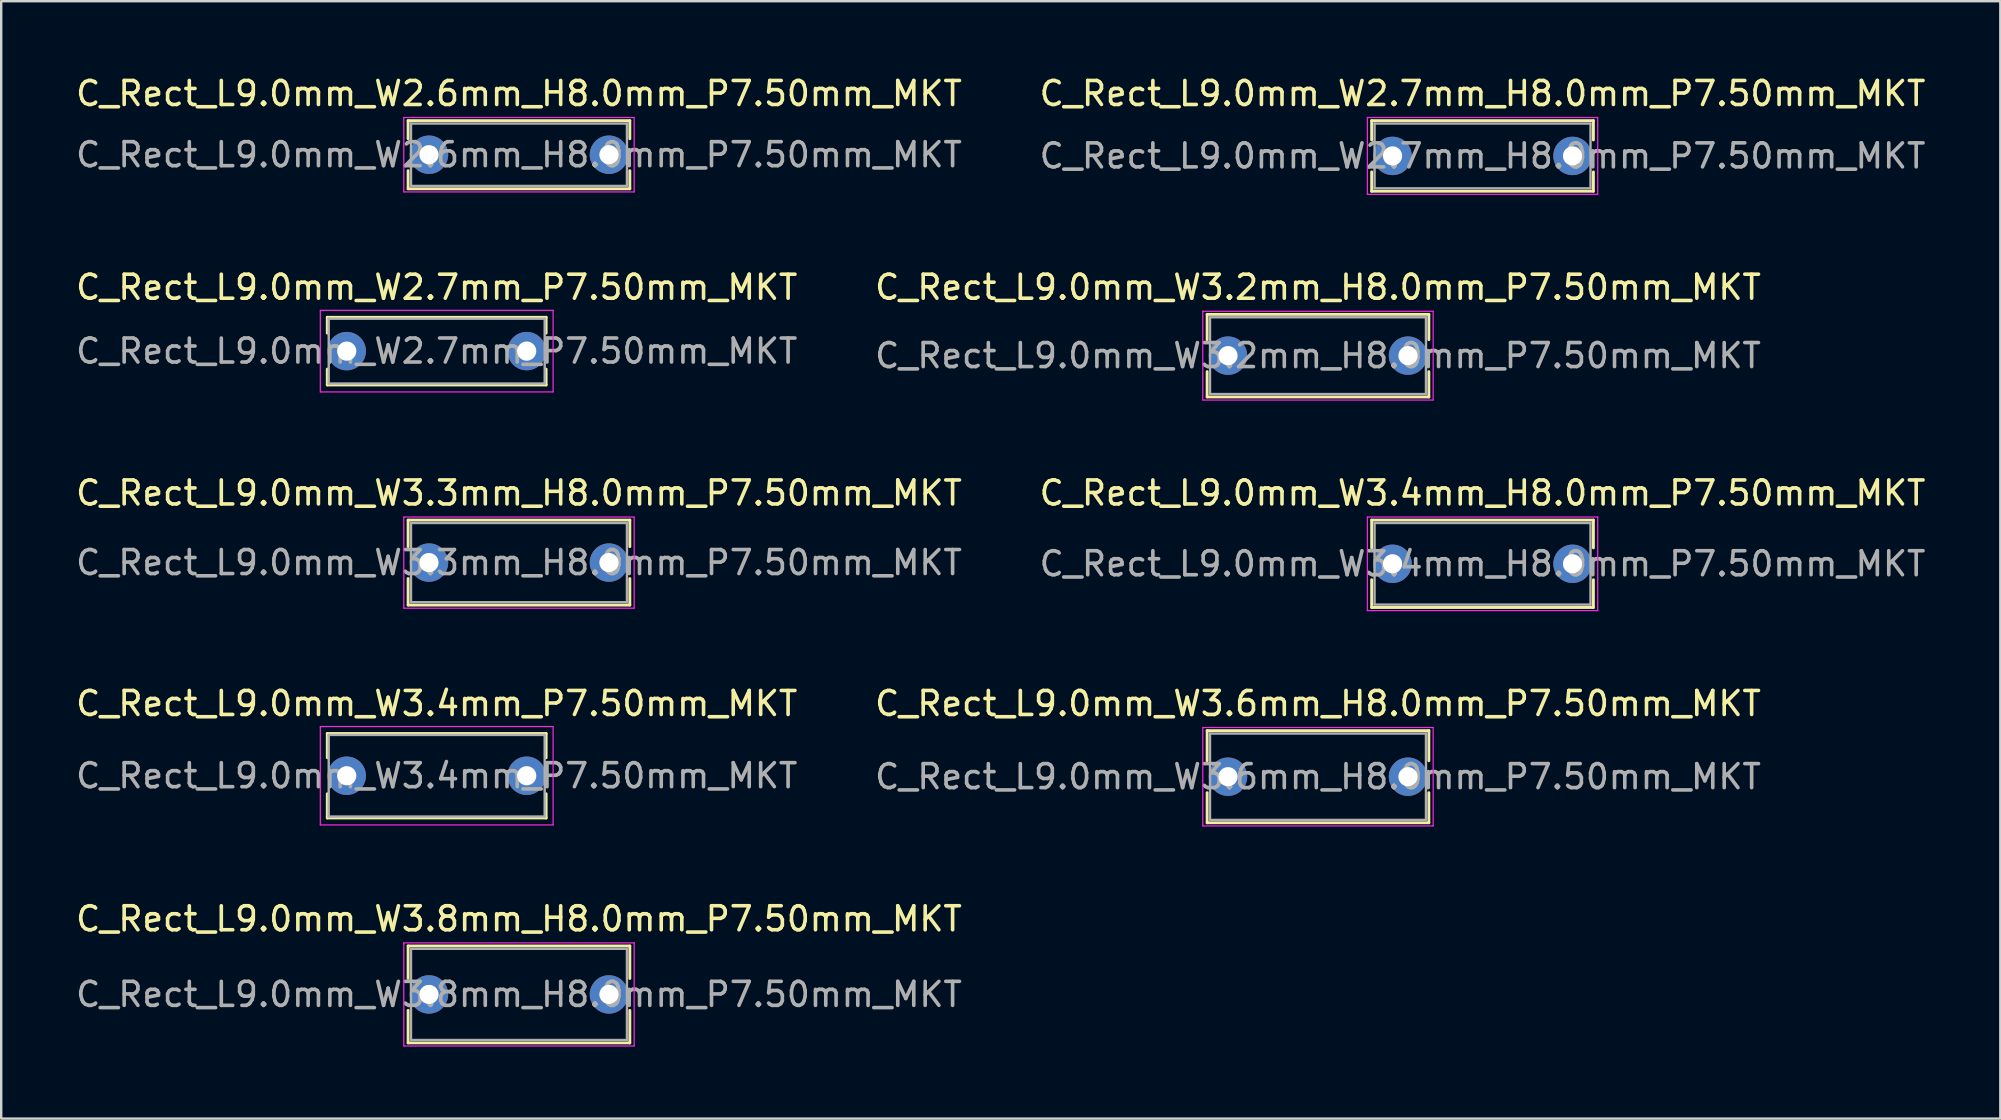
<source format=kicad_pcb>
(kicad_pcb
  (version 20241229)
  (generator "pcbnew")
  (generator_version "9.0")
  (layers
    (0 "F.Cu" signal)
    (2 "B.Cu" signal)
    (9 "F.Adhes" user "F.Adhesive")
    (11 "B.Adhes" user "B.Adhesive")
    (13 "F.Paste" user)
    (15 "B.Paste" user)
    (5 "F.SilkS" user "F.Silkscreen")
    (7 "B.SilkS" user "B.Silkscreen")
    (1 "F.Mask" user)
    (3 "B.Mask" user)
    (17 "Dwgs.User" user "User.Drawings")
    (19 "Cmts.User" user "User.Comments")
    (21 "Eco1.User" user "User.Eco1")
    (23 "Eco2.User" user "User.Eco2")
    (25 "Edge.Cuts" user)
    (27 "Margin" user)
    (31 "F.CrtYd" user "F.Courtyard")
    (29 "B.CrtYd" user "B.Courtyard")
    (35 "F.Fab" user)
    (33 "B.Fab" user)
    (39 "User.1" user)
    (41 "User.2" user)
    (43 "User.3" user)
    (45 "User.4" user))
  (footprint "C_Rect_L9.0mm_W3.6mm_H8.0mm_P7.50mm_MKT"
    (layer "F.Cu")
    (at 48.125 29.318)
    (property "Reference" "C_Rect_L9.0mm_W3.6mm_H8.0mm_P7.50mm_MKT" (at 3.75 -3.05 0) (layer "F.SilkS") (effects (font (size 1 1) (thickness 0.15))))
    (attr through_hole)
    (fp_line (start -0.87 -1.92) (end -0.87 -0.665) (stroke (width 0.12) (type solid)) (layer "F.SilkS"))
    (fp_line (start -0.87 -1.92) (end 8.37 -1.92) (stroke (width 0.12) (type solid)) (layer "F.SilkS"))
    (fp_line (start -0.87 0.665) (end -0.87 1.92) (stroke (width 0.12) (type solid)) (layer "F.SilkS"))
    (fp_line (start -0.87 1.92) (end 8.37 1.92) (stroke (width 0.12) (type solid)) (layer "F.SilkS"))
    (fp_line (start 8.37 -1.92) (end 8.37 -0.665) (stroke (width 0.12) (type solid)) (layer "F.SilkS"))
    (fp_line (start 8.37 0.665) (end 8.37 1.92) (stroke (width 0.12) (type solid)) (layer "F.SilkS"))
    (fp_line (start -1.05 -2.05) (end -1.05 2.05) (stroke (width 0.05) (type solid)) (layer "F.CrtYd"))
    (fp_line (start -1.05 2.05) (end 8.55 2.05) (stroke (width 0.05) (type solid)) (layer "F.CrtYd"))
    (fp_line (start 8.55 -2.05) (end -1.05 -2.05) (stroke (width 0.05) (type solid)) (layer "F.CrtYd"))
    (fp_line (start 8.55 2.05) (end 8.55 -2.05) (stroke (width 0.05) (type solid)) (layer "F.CrtYd"))
    (fp_line (start -0.75 -1.8) (end -0.75 1.8) (stroke (width 0.1) (type solid)) (layer "F.Fab"))
    (fp_line (start -0.75 1.8) (end 8.25 1.8) (stroke (width 0.1) (type solid)) (layer "F.Fab"))
    (fp_line (start 8.25 -1.8) (end -0.75 -1.8) (stroke (width 0.1) (type solid)) (layer "F.Fab"))
    (fp_line (start 8.25 1.8) (end 8.25 -1.8) (stroke (width 0.1) (type solid)) (layer "F.Fab"))
    (fp_text user "${REFERENCE}" (at 3.75 0 0) (layer "F.Fab") (effects (font (size 1 1) (thickness 0.15))))
    (pad "1" thru_hole circle (at 0 0) (size 1.6 1.6) (drill 0.8) (layers "*.Cu" "*.Mask"))
    (pad "2" thru_hole circle (at 7.5 0) (size 1.6 1.6) (drill 0.8) (layers "*.Cu" "*.Mask")))
  (footprint "C_Rect_L9.0mm_W3.3mm_H8.0mm_P7.50mm_MKT"
    (layer "F.Cu")
    (at 14.827 20.395)
    (property "Reference" "C_Rect_L9.0mm_W3.3mm_H8.0mm_P7.50mm_MKT" (at 3.75 -2.9 0) (layer "F.SilkS") (effects (font (size 1 1) (thickness 0.15))))
    (attr through_hole)
    (fp_line (start -0.87 -1.77) (end -0.87 -0.665) (stroke (width 0.12) (type solid)) (layer "F.SilkS"))
    (fp_line (start -0.87 -1.77) (end 8.37 -1.77) (stroke (width 0.12) (type solid)) (layer "F.SilkS"))
    (fp_line (start -0.87 0.665) (end -0.87 1.77) (stroke (width 0.12) (type solid)) (layer "F.SilkS"))
    (fp_line (start -0.87 1.77) (end 8.37 1.77) (stroke (width 0.12) (type solid)) (layer "F.SilkS"))
    (fp_line (start 8.37 -1.77) (end 8.37 -0.665) (stroke (width 0.12) (type solid)) (layer "F.SilkS"))
    (fp_line (start 8.37 0.665) (end 8.37 1.77) (stroke (width 0.12) (type solid)) (layer "F.SilkS"))
    (fp_line (start -1.05 -1.9) (end -1.05 1.9) (stroke (width 0.05) (type solid)) (layer "F.CrtYd"))
    (fp_line (start -1.05 1.9) (end 8.55 1.9) (stroke (width 0.05) (type solid)) (layer "F.CrtYd"))
    (fp_line (start 8.55 -1.9) (end -1.05 -1.9) (stroke (width 0.05) (type solid)) (layer "F.CrtYd"))
    (fp_line (start 8.55 1.9) (end 8.55 -1.9) (stroke (width 0.05) (type solid)) (layer "F.CrtYd"))
    (fp_line (start -0.75 -1.65) (end -0.75 1.65) (stroke (width 0.1) (type solid)) (layer "F.Fab"))
    (fp_line (start -0.75 1.65) (end 8.25 1.65) (stroke (width 0.1) (type solid)) (layer "F.Fab"))
    (fp_line (start 8.25 -1.65) (end -0.75 -1.65) (stroke (width 0.1) (type solid)) (layer "F.Fab"))
    (fp_line (start 8.25 1.65) (end 8.25 -1.65) (stroke (width 0.1) (type solid)) (layer "F.Fab"))
    (fp_text user "${REFERENCE}" (at 3.75 0 0) (layer "F.Fab") (effects (font (size 1 1) (thickness 0.15))))
    (pad "1" thru_hole circle (at 0 0) (size 1.6 1.6) (drill 0.8) (layers "*.Cu" "*.Mask"))
    (pad "2" thru_hole circle (at 7.5 0) (size 1.6 1.6) (drill 0.8) (layers "*.Cu" "*.Mask")))
  (footprint "C_Rect_L9.0mm_W2.6mm_H8.0mm_P7.50mm_MKT"
    (layer "F.Cu")
    (at 14.827 3.398)
    (property "Reference" "C_Rect_L9.0mm_W2.6mm_H8.0mm_P7.50mm_MKT" (at 3.75 -2.55 0) (layer "F.SilkS") (effects (font (size 1 1) (thickness 0.15))))
    (attr through_hole)
    (fp_line (start -0.87 -1.42) (end -0.87 -0.665) (stroke (width 0.12) (type solid)) (layer "F.SilkS"))
    (fp_line (start -0.87 -1.42) (end 8.37 -1.42) (stroke (width 0.12) (type solid)) (layer "F.SilkS"))
    (fp_line (start -0.87 0.665) (end -0.87 1.42) (stroke (width 0.12) (type solid)) (layer "F.SilkS"))
    (fp_line (start -0.87 1.42) (end 8.37 1.42) (stroke (width 0.12) (type solid)) (layer "F.SilkS"))
    (fp_line (start 8.37 -1.42) (end 8.37 -0.665) (stroke (width 0.12) (type solid)) (layer "F.SilkS"))
    (fp_line (start 8.37 0.665) (end 8.37 1.42) (stroke (width 0.12) (type solid)) (layer "F.SilkS"))
    (fp_line (start -1.05 -1.55) (end -1.05 1.55) (stroke (width 0.05) (type solid)) (layer "F.CrtYd"))
    (fp_line (start -1.05 1.55) (end 8.55 1.55) (stroke (width 0.05) (type solid)) (layer "F.CrtYd"))
    (fp_line (start 8.55 -1.55) (end -1.05 -1.55) (stroke (width 0.05) (type solid)) (layer "F.CrtYd"))
    (fp_line (start 8.55 1.55) (end 8.55 -1.55) (stroke (width 0.05) (type solid)) (layer "F.CrtYd"))
    (fp_line (start -0.75 -1.3) (end -0.75 1.3) (stroke (width 0.1) (type solid)) (layer "F.Fab"))
    (fp_line (start -0.75 1.3) (end 8.25 1.3) (stroke (width 0.1) (type solid)) (layer "F.Fab"))
    (fp_line (start 8.25 -1.3) (end -0.75 -1.3) (stroke (width 0.1) (type solid)) (layer "F.Fab"))
    (fp_line (start 8.25 1.3) (end 8.25 -1.3) (stroke (width 0.1) (type solid)) (layer "F.Fab"))
    (fp_text user "${REFERENCE}" (at 3.75 0 0) (layer "F.Fab") (effects (font (size 1 1) (thickness 0.15))))
    (pad "1" thru_hole circle (at 0 0) (size 1.6 1.6) (drill 0.8) (layers "*.Cu" "*.Mask"))
    (pad "2" thru_hole circle (at 7.5 0) (size 1.6 1.6) (drill 0.8) (layers "*.Cu" "*.Mask")))
  (footprint "C_Rect_L9.0mm_W3.2mm_H8.0mm_P7.50mm_MKT"
    (layer "F.Cu")
    (at 48.125 11.771)
    (property "Reference" "C_Rect_L9.0mm_W3.2mm_H8.0mm_P7.50mm_MKT" (at 3.75 -2.85 0) (layer "F.SilkS") (effects (font (size 1 1) (thickness 0.15))))
    (attr through_hole)
    (fp_line (start -0.87 -1.721) (end -0.87 -0.665) (stroke (width 0.12) (type solid)) (layer "F.SilkS"))
    (fp_line (start -0.87 -1.721) (end 8.37 -1.721) (stroke (width 0.12) (type solid)) (layer "F.SilkS"))
    (fp_line (start -0.87 0.665) (end -0.87 1.721) (stroke (width 0.12) (type solid)) (layer "F.SilkS"))
    (fp_line (start -0.87 1.721) (end 8.37 1.721) (stroke (width 0.12) (type solid)) (layer "F.SilkS"))
    (fp_line (start 8.37 -1.721) (end 8.37 -0.665) (stroke (width 0.12) (type solid)) (layer "F.SilkS"))
    (fp_line (start 8.37 0.665) (end 8.37 1.721) (stroke (width 0.12) (type solid)) (layer "F.SilkS"))
    (fp_line (start -1.05 -1.85) (end -1.05 1.85) (stroke (width 0.05) (type solid)) (layer "F.CrtYd"))
    (fp_line (start -1.05 1.85) (end 8.55 1.85) (stroke (width 0.05) (type solid)) (layer "F.CrtYd"))
    (fp_line (start 8.55 -1.85) (end -1.05 -1.85) (stroke (width 0.05) (type solid)) (layer "F.CrtYd"))
    (fp_line (start 8.55 1.85) (end 8.55 -1.85) (stroke (width 0.05) (type solid)) (layer "F.CrtYd"))
    (fp_line (start -0.75 -1.6) (end -0.75 1.6) (stroke (width 0.1) (type solid)) (layer "F.Fab"))
    (fp_line (start -0.75 1.6) (end 8.25 1.6) (stroke (width 0.1) (type solid)) (layer "F.Fab"))
    (fp_line (start 8.25 -1.6) (end -0.75 -1.6) (stroke (width 0.1) (type solid)) (layer "F.Fab"))
    (fp_line (start 8.25 1.6) (end 8.25 -1.6) (stroke (width 0.1) (type solid)) (layer "F.Fab"))
    (fp_text user "${REFERENCE}" (at 3.75 0 0) (layer "F.Fab") (effects (font (size 1 1) (thickness 0.15))))
    (pad "1" thru_hole circle (at 0 0) (size 1.6 1.6) (drill 0.8) (layers "*.Cu" "*.Mask"))
    (pad "2" thru_hole circle (at 7.5 0) (size 1.6 1.6) (drill 0.8) (layers "*.Cu" "*.Mask")))
  (footprint "C_Rect_L9.0mm_W2.7mm_P7.50mm_MKT"
    (layer "F.Cu")
    (at 11.399 11.582)
    (property "Reference" "C_Rect_L9.0mm_W2.7mm_P7.50mm_MKT" (at 3.75 -2.66 0) (layer "F.SilkS") (effects (font (size 1 1) (thickness 0.15))))
    (attr through_hole)
    (fp_line (start -0.81 -1.41) (end -0.81 -0.75) (stroke (width 0.12) (type solid)) (layer "F.SilkS"))
    (fp_line (start -0.81 -1.41) (end 8.31 -1.41) (stroke (width 0.12) (type solid)) (layer "F.SilkS"))
    (fp_line (start -0.81 0.75) (end -0.81 1.41) (stroke (width 0.12) (type solid)) (layer "F.SilkS"))
    (fp_line (start -0.81 1.41) (end 8.31 1.41) (stroke (width 0.12) (type solid)) (layer "F.SilkS"))
    (fp_line (start 8.31 -1.41) (end 8.31 -0.75) (stroke (width 0.12) (type solid)) (layer "F.SilkS"))
    (fp_line (start 8.31 0.75) (end 8.31 1.41) (stroke (width 0.12) (type solid)) (layer "F.SilkS"))
    (fp_line (start -1.1 -1.7) (end -1.1 1.7) (stroke (width 0.05) (type solid)) (layer "F.CrtYd"))
    (fp_line (start -1.1 1.7) (end 8.6 1.7) (stroke (width 0.05) (type solid)) (layer "F.CrtYd"))
    (fp_line (start 8.6 -1.7) (end -1.1 -1.7) (stroke (width 0.05) (type solid)) (layer "F.CrtYd"))
    (fp_line (start 8.6 1.7) (end 8.6 -1.7) (stroke (width 0.05) (type solid)) (layer "F.CrtYd"))
    (fp_line (start -0.75 -1.35) (end -0.75 1.35) (stroke (width 0.1) (type solid)) (layer "F.Fab"))
    (fp_line (start -0.75 1.35) (end 8.25 1.35) (stroke (width 0.1) (type solid)) (layer "F.Fab"))
    (fp_line (start 8.25 -1.35) (end -0.75 -1.35) (stroke (width 0.1) (type solid)) (layer "F.Fab"))
    (fp_line (start 8.25 1.35) (end 8.25 -1.35) (stroke (width 0.1) (type solid)) (layer "F.Fab"))
    (fp_text user "${REFERENCE}" (at 3.75 0 0) (layer "F.Fab") (effects (font (size 1 1) (thickness 0.15))))
    (pad "1" thru_hole circle (at 0 0) (size 1.6 1.6) (drill 0.8) (layers "*.Cu" "*.Mask"))
    (pad "2" thru_hole circle (at 7.5 0) (size 1.6 1.6) (drill 0.8) (layers "*.Cu" "*.Mask")))
  (footprint "C_Rect_L9.0mm_W3.4mm_P7.50mm_MKT"
    (layer "F.Cu")
    (at 11.399 29.278)
    (property "Reference" "C_Rect_L9.0mm_W3.4mm_P7.50mm_MKT" (at 3.75 -3.01 0) (layer "F.SilkS") (effects (font (size 1 1) (thickness 0.15))))
    (attr through_hole)
    (fp_line (start -0.81 -1.76) (end -0.81 -0.75) (stroke (width 0.12) (type solid)) (layer "F.SilkS"))
    (fp_line (start -0.81 -1.76) (end 8.31 -1.76) (stroke (width 0.12) (type solid)) (layer "F.SilkS"))
    (fp_line (start -0.81 0.75) (end -0.81 1.76) (stroke (width 0.12) (type solid)) (layer "F.SilkS"))
    (fp_line (start -0.81 1.76) (end 8.31 1.76) (stroke (width 0.12) (type solid)) (layer "F.SilkS"))
    (fp_line (start 8.31 -1.76) (end 8.31 -0.75) (stroke (width 0.12) (type solid)) (layer "F.SilkS"))
    (fp_line (start 8.31 0.75) (end 8.31 1.76) (stroke (width 0.12) (type solid)) (layer "F.SilkS"))
    (fp_line (start -1.1 -2.05) (end -1.1 2.05) (stroke (width 0.05) (type solid)) (layer "F.CrtYd"))
    (fp_line (start -1.1 2.05) (end 8.6 2.05) (stroke (width 0.05) (type solid)) (layer "F.CrtYd"))
    (fp_line (start 8.6 -2.05) (end -1.1 -2.05) (stroke (width 0.05) (type solid)) (layer "F.CrtYd"))
    (fp_line (start 8.6 2.05) (end 8.6 -2.05) (stroke (width 0.05) (type solid)) (layer "F.CrtYd"))
    (fp_line (start -0.75 -1.7) (end -0.75 1.7) (stroke (width 0.1) (type solid)) (layer "F.Fab"))
    (fp_line (start -0.75 1.7) (end 8.25 1.7) (stroke (width 0.1) (type solid)) (layer "F.Fab"))
    (fp_line (start 8.25 -1.7) (end -0.75 -1.7) (stroke (width 0.1) (type solid)) (layer "F.Fab"))
    (fp_line (start 8.25 1.7) (end 8.25 -1.7) (stroke (width 0.1) (type solid)) (layer "F.Fab"))
    (fp_text user "${REFERENCE}" (at 3.75 0 0) (layer "F.Fab") (effects (font (size 1 1) (thickness 0.15))))
    (pad "1" thru_hole circle (at 0 0) (size 1.6 1.6) (drill 0.8) (layers "*.Cu" "*.Mask"))
    (pad "2" thru_hole circle (at 7.5 0) (size 1.6 1.6) (drill 0.8) (layers "*.Cu" "*.Mask")))
  (footprint "C_Rect_L9.0mm_W3.4mm_H8.0mm_P7.50mm_MKT"
    (layer "F.Cu")
    (at 54.982 20.445)
    (property "Reference" "C_Rect_L9.0mm_W3.4mm_H8.0mm_P7.50mm_MKT" (at 3.75 -2.95 0) (layer "F.SilkS") (effects (font (size 1 1) (thickness 0.15))))
    (attr through_hole)
    (fp_line (start -0.87 -1.82) (end -0.87 -0.665) (stroke (width 0.12) (type solid)) (layer "F.SilkS"))
    (fp_line (start -0.87 -1.82) (end 8.37 -1.82) (stroke (width 0.12) (type solid)) (layer "F.SilkS"))
    (fp_line (start -0.87 0.665) (end -0.87 1.82) (stroke (width 0.12) (type solid)) (layer "F.SilkS"))
    (fp_line (start -0.87 1.82) (end 8.37 1.82) (stroke (width 0.12) (type solid)) (layer "F.SilkS"))
    (fp_line (start 8.37 -1.82) (end 8.37 -0.665) (stroke (width 0.12) (type solid)) (layer "F.SilkS"))
    (fp_line (start 8.37 0.665) (end 8.37 1.82) (stroke (width 0.12) (type solid)) (layer "F.SilkS"))
    (fp_line (start -1.05 -1.95) (end -1.05 1.95) (stroke (width 0.05) (type solid)) (layer "F.CrtYd"))
    (fp_line (start -1.05 1.95) (end 8.55 1.95) (stroke (width 0.05) (type solid)) (layer "F.CrtYd"))
    (fp_line (start 8.55 -1.95) (end -1.05 -1.95) (stroke (width 0.05) (type solid)) (layer "F.CrtYd"))
    (fp_line (start 8.55 1.95) (end 8.55 -1.95) (stroke (width 0.05) (type solid)) (layer "F.CrtYd"))
    (fp_line (start -0.75 -1.7) (end -0.75 1.7) (stroke (width 0.1) (type solid)) (layer "F.Fab"))
    (fp_line (start -0.75 1.7) (end 8.25 1.7) (stroke (width 0.1) (type solid)) (layer "F.Fab"))
    (fp_line (start 8.25 -1.7) (end -0.75 -1.7) (stroke (width 0.1) (type solid)) (layer "F.Fab"))
    (fp_line (start 8.25 1.7) (end 8.25 -1.7) (stroke (width 0.1) (type solid)) (layer "F.Fab"))
    (fp_text user "${REFERENCE}" (at 3.75 0 0) (layer "F.Fab") (effects (font (size 1 1) (thickness 0.15))))
    (pad "1" thru_hole circle (at 0 0) (size 1.6 1.6) (drill 0.8) (layers "*.Cu" "*.Mask"))
    (pad "2" thru_hole circle (at 7.5 0) (size 1.6 1.6) (drill 0.8) (layers "*.Cu" "*.Mask")))
  (footprint "C_Rect_L9.0mm_W3.8mm_H8.0mm_P7.50mm_MKT"
    (layer "F.Cu")
    (at 14.827 38.391)
    (property "Reference" "C_Rect_L9.0mm_W3.8mm_H8.0mm_P7.50mm_MKT" (at 3.75 -3.15 0) (layer "F.SilkS") (effects (font (size 1 1) (thickness 0.15))))
    (attr through_hole)
    (fp_line (start -0.87 -2.02) (end -0.87 -0.665) (stroke (width 0.12) (type solid)) (layer "F.SilkS"))
    (fp_line (start -0.87 -2.02) (end 8.37 -2.02) (stroke (width 0.12) (type solid)) (layer "F.SilkS"))
    (fp_line (start -0.87 0.665) (end -0.87 2.02) (stroke (width 0.12) (type solid)) (layer "F.SilkS"))
    (fp_line (start -0.87 2.02) (end 8.37 2.02) (stroke (width 0.12) (type solid)) (layer "F.SilkS"))
    (fp_line (start 8.37 -2.02) (end 8.37 -0.665) (stroke (width 0.12) (type solid)) (layer "F.SilkS"))
    (fp_line (start 8.37 0.665) (end 8.37 2.02) (stroke (width 0.12) (type solid)) (layer "F.SilkS"))
    (fp_line (start -1.05 -2.15) (end -1.05 2.15) (stroke (width 0.05) (type solid)) (layer "F.CrtYd"))
    (fp_line (start -1.05 2.15) (end 8.55 2.15) (stroke (width 0.05) (type solid)) (layer "F.CrtYd"))
    (fp_line (start 8.55 -2.15) (end -1.05 -2.15) (stroke (width 0.05) (type solid)) (layer "F.CrtYd"))
    (fp_line (start 8.55 2.15) (end 8.55 -2.15) (stroke (width 0.05) (type solid)) (layer "F.CrtYd"))
    (fp_line (start -0.75 -1.9) (end -0.75 1.9) (stroke (width 0.1) (type solid)) (layer "F.Fab"))
    (fp_line (start -0.75 1.9) (end 8.25 1.9) (stroke (width 0.1) (type solid)) (layer "F.Fab"))
    (fp_line (start 8.25 -1.9) (end -0.75 -1.9) (stroke (width 0.1) (type solid)) (layer "F.Fab"))
    (fp_line (start 8.25 1.9) (end 8.25 -1.9) (stroke (width 0.1) (type solid)) (layer "F.Fab"))
    (fp_text user "${REFERENCE}" (at 3.75 0 0) (layer "F.Fab") (effects (font (size 1 1) (thickness 0.15))))
    (pad "1" thru_hole circle (at 0 0) (size 1.6 1.6) (drill 0.8) (layers "*.Cu" "*.Mask"))
    (pad "2" thru_hole circle (at 7.5 0) (size 1.6 1.6) (drill 0.8) (layers "*.Cu" "*.Mask")))
  (footprint "C_Rect_L9.0mm_W2.7mm_H8.0mm_P7.50mm_MKT"
    (layer "F.Cu")
    (at 54.982 3.448)
    (property "Reference" "C_Rect_L9.0mm_W2.7mm_H8.0mm_P7.50mm_MKT" (at 3.75 -2.6 0) (layer "F.SilkS") (effects (font (size 1 1) (thickness 0.15))))
    (attr through_hole)
    (fp_line (start -0.87 -1.471) (end -0.87 -0.665) (stroke (width 0.12) (type solid)) (layer "F.SilkS"))
    (fp_line (start -0.87 -1.471) (end 8.37 -1.471) (stroke (width 0.12) (type solid)) (layer "F.SilkS"))
    (fp_line (start -0.87 0.665) (end -0.87 1.471) (stroke (width 0.12) (type solid)) (layer "F.SilkS"))
    (fp_line (start -0.87 1.471) (end 8.37 1.471) (stroke (width 0.12) (type solid)) (layer "F.SilkS"))
    (fp_line (start 8.37 -1.471) (end 8.37 -0.665) (stroke (width 0.12) (type solid)) (layer "F.SilkS"))
    (fp_line (start 8.37 0.665) (end 8.37 1.471) (stroke (width 0.12) (type solid)) (layer "F.SilkS"))
    (fp_line (start -1.05 -1.6) (end -1.05 1.6) (stroke (width 0.05) (type solid)) (layer "F.CrtYd"))
    (fp_line (start -1.05 1.6) (end 8.55 1.6) (stroke (width 0.05) (type solid)) (layer "F.CrtYd"))
    (fp_line (start 8.55 -1.6) (end -1.05 -1.6) (stroke (width 0.05) (type solid)) (layer "F.CrtYd"))
    (fp_line (start 8.55 1.6) (end 8.55 -1.6) (stroke (width 0.05) (type solid)) (layer "F.CrtYd"))
    (fp_line (start -0.75 -1.35) (end -0.75 1.35) (stroke (width 0.1) (type solid)) (layer "F.Fab"))
    (fp_line (start -0.75 1.35) (end 8.25 1.35) (stroke (width 0.1) (type solid)) (layer "F.Fab"))
    (fp_line (start 8.25 -1.35) (end -0.75 -1.35) (stroke (width 0.1) (type solid)) (layer "F.Fab"))
    (fp_line (start 8.25 1.35) (end 8.25 -1.35) (stroke (width 0.1) (type solid)) (layer "F.Fab"))
    (fp_text user "${REFERENCE}" (at 3.75 0 0) (layer "F.Fab") (effects (font (size 1 1) (thickness 0.15))))
    (pad "1" thru_hole circle (at 0 0) (size 1.6 1.6) (drill 0.8) (layers "*.Cu" "*.Mask"))
    (pad "2" thru_hole circle (at 7.5 0) (size 1.6 1.6) (drill 0.8) (layers "*.Cu" "*.Mask")))
  (gr_rect
    (start -3 -3)
    (end 80.31 43.566)
    (stroke (width 0.1) (type default))
    (fill no)
    (layer "Edge.Cuts")))
</source>
